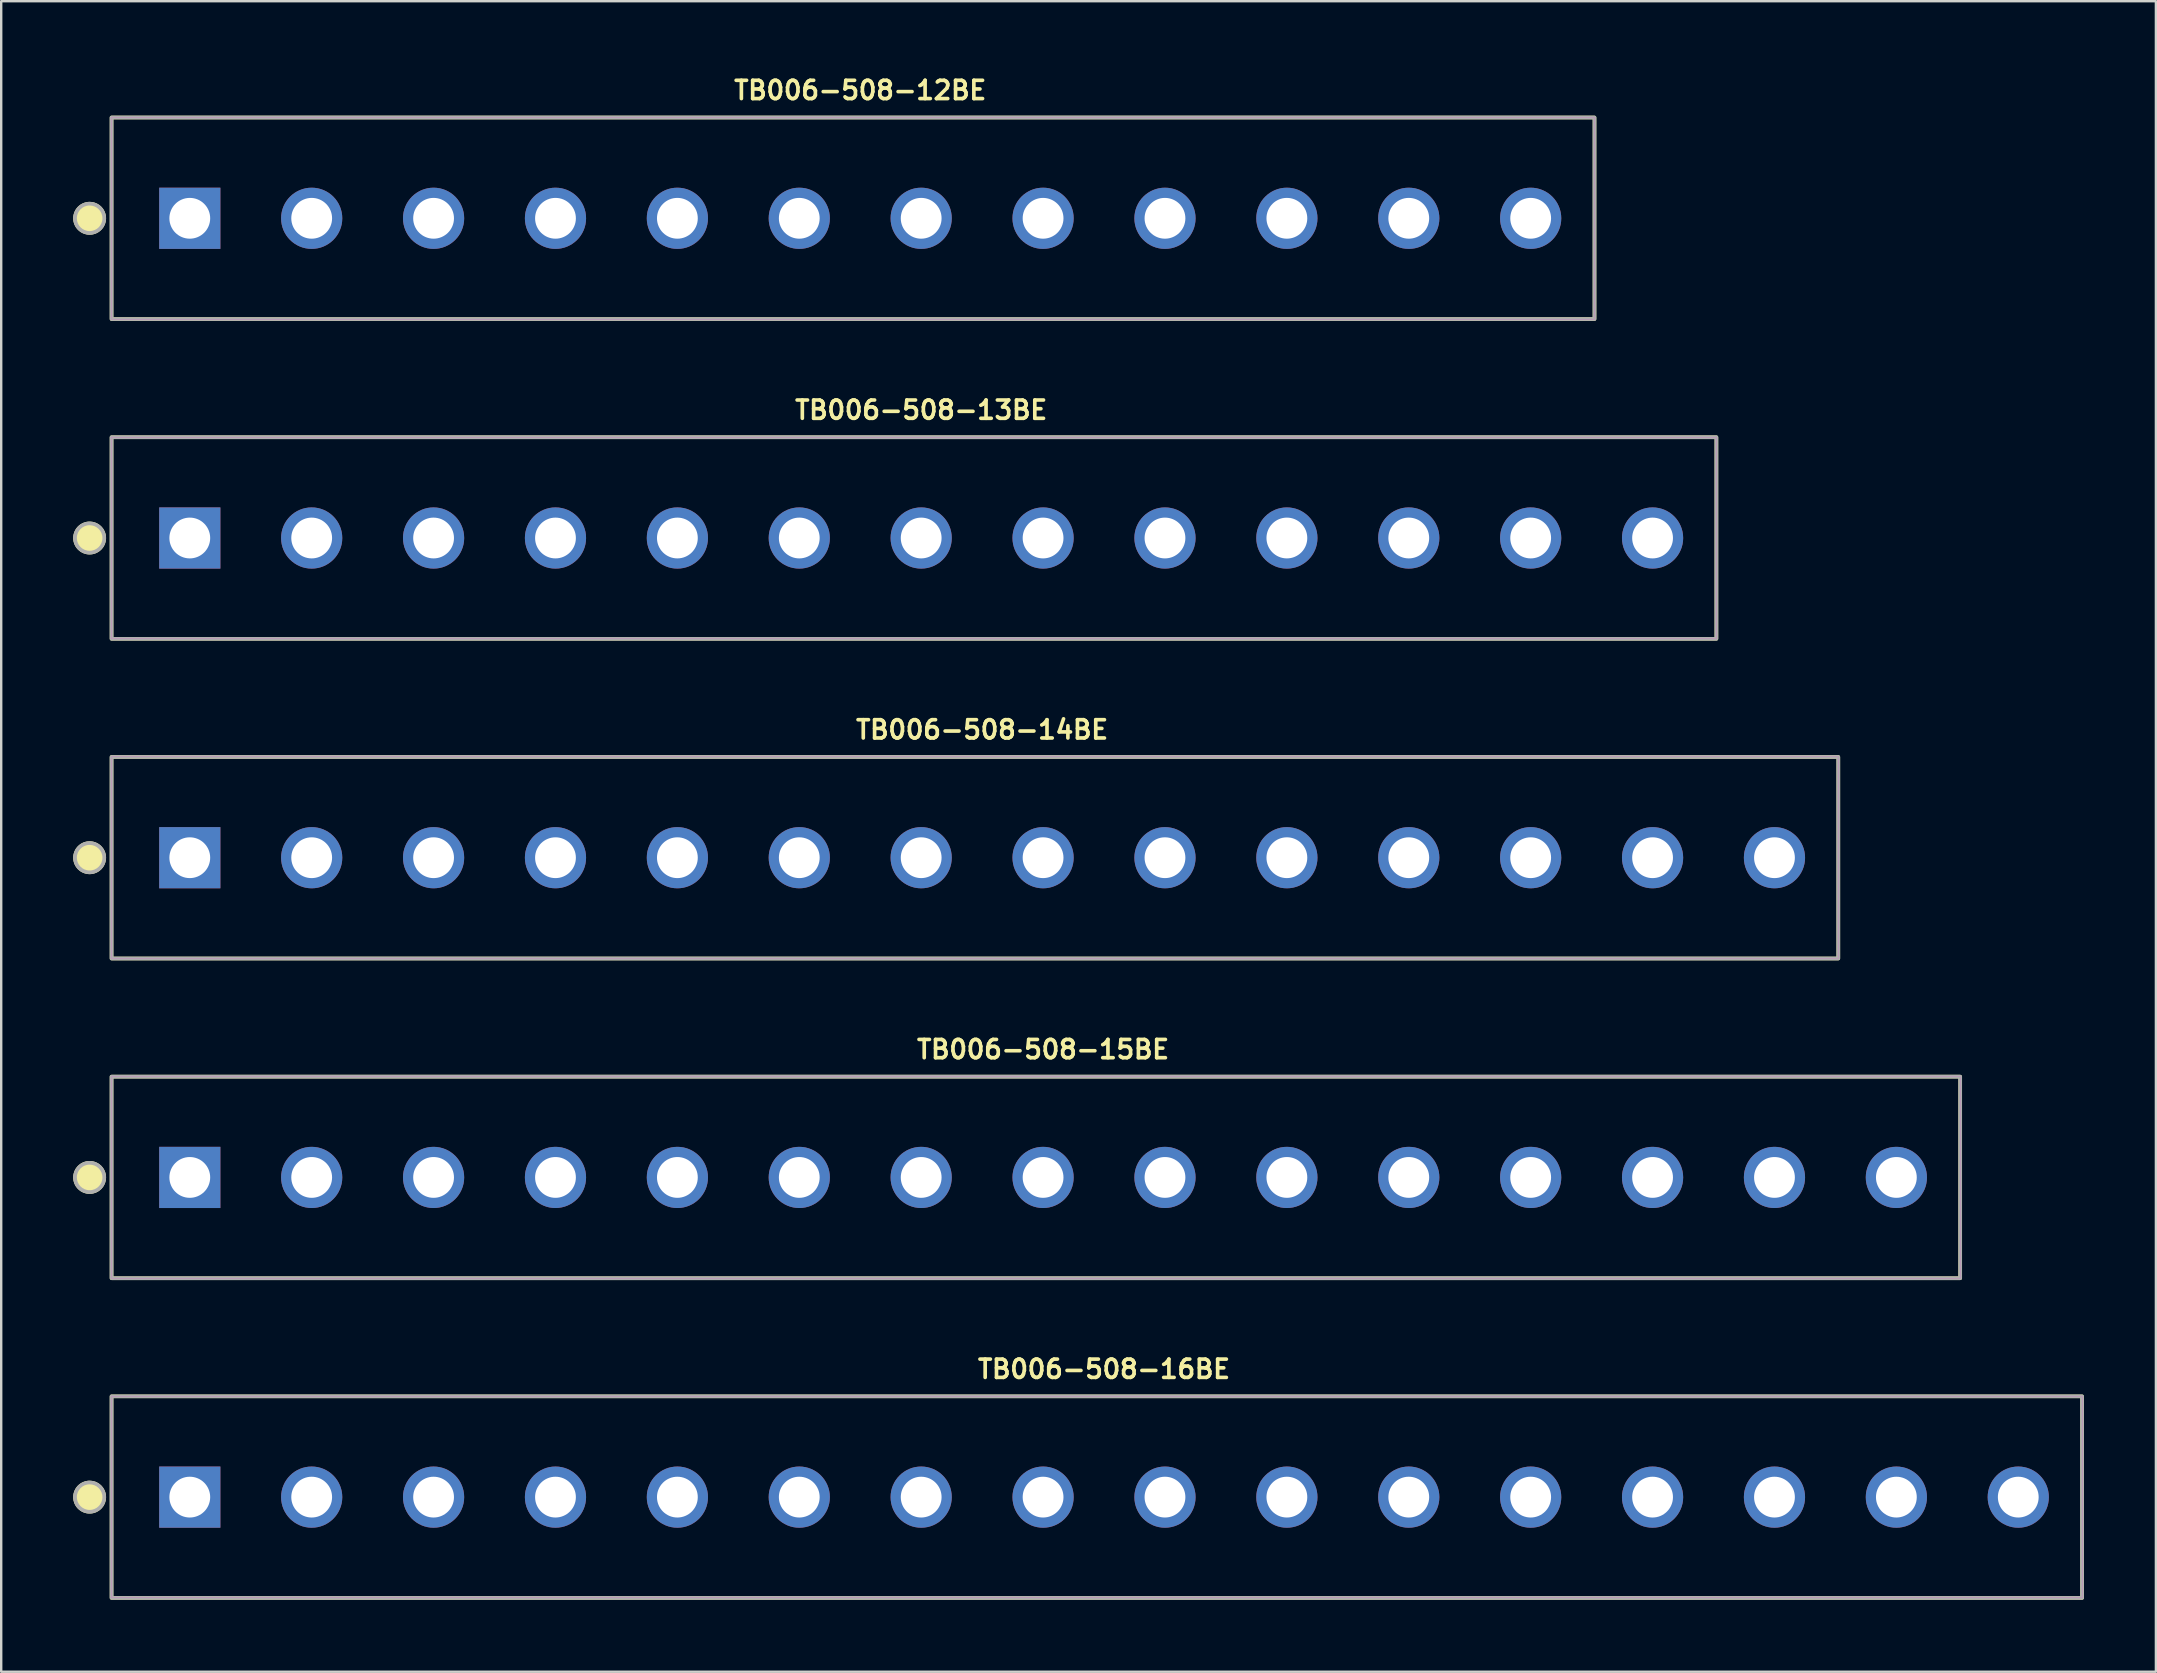
<source format=kicad_pcb>
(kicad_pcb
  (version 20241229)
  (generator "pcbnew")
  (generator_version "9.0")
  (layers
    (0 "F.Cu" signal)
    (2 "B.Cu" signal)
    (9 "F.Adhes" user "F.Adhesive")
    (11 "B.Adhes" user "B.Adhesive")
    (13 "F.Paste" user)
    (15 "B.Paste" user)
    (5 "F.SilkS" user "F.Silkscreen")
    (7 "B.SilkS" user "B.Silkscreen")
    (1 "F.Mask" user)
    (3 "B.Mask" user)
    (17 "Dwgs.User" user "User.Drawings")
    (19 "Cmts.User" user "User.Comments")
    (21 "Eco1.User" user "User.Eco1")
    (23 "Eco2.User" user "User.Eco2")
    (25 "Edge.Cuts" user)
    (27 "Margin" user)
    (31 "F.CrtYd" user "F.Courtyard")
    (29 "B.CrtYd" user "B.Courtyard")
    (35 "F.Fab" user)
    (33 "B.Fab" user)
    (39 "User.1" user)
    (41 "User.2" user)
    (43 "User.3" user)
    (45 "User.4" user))
  (footprint "TB006-508-16BE"
    (layer "F.Cu")
    (at 42.959 59.341)
    (property "Reference" "TB006-508-16BE" (at 0 -5.334 0) (layer "F.SilkS") (effects (font (size 0.762 0.762) (thickness 0.152))))
    (attr through_hole)
    (fp_rect (start -41.36 -4.2) (end 40.76 4.2) (stroke (width 0.152) (type default)) (fill no) (layer "F.SilkS"))
    (fp_circle (center -42.274 0) (end -41.665 0) (stroke (width 0.152) (type solid)) (fill yes) (layer "F.SilkS"))
    (fp_rect (start -41.36 -4.2) (end 40.76 4.2) (stroke (width 0.006) (type default)) (fill no) (layer "F.CrtYd"))
    (fp_rect (start -41.36 -4.2) (end 40.76 4.2) (stroke (width 0.152) (type default)) (fill no) (layer "F.Fab"))
    (fp_circle (center -42.274 0) (end -41.665 0) (stroke (width 0.152) (type solid)) (fill no) (layer "F.Fab"))
    (pad "1" thru_hole rect (at -38.1 0) (size 2.55 2.55) (drill 1.7) (layers "*.Cu" "*.Mask"))
    (pad "2" thru_hole circle (at -33.02 0) (size 2.55 2.55) (drill 1.7) (layers "*.Cu" "*.Mask"))
    (pad "3" thru_hole circle (at -27.94 0) (size 2.55 2.55) (drill 1.7) (layers "*.Cu" "*.Mask"))
    (pad "4" thru_hole circle (at -22.86 0) (size 2.55 2.55) (drill 1.7) (layers "*.Cu" "*.Mask"))
    (pad "5" thru_hole circle (at -17.78 0) (size 2.55 2.55) (drill 1.7) (layers "*.Cu" "*.Mask"))
    (pad "6" thru_hole circle (at -12.7 0) (size 2.55 2.55) (drill 1.7) (layers "*.Cu" "*.Mask"))
    (pad "7" thru_hole circle (at -7.62 0) (size 2.55 2.55) (drill 1.7) (layers "*.Cu" "*.Mask"))
    (pad "8" thru_hole circle (at -2.54 0) (size 2.55 2.55) (drill 1.7) (layers "*.Cu" "*.Mask"))
    (pad "9" thru_hole circle (at 2.54 0) (size 2.55 2.55) (drill 1.7) (layers "*.Cu" "*.Mask"))
    (pad "10" thru_hole circle (at 7.62 0) (size 2.55 2.55) (drill 1.7) (layers "*.Cu" "*.Mask"))
    (pad "11" thru_hole circle (at 12.7 0) (size 2.55 2.55) (drill 1.7) (layers "*.Cu" "*.Mask"))
    (pad "12" thru_hole circle (at 17.78 0) (size 2.55 2.55) (drill 1.7) (layers "*.Cu" "*.Mask"))
    (pad "13" thru_hole circle (at 22.86 0) (size 2.55 2.55) (drill 1.7) (layers "*.Cu" "*.Mask"))
    (pad "14" thru_hole circle (at 27.94 0) (size 2.55 2.55) (drill 1.7) (layers "*.Cu" "*.Mask"))
    (pad "15" thru_hole circle (at 33.02 0) (size 2.55 2.55) (drill 1.7) (layers "*.Cu" "*.Mask"))
    (pad "16" thru_hole circle (at 38.1 0) (size 2.55 2.55) (drill 1.7) (layers "*.Cu" "*.Mask")))
  (footprint "TB006-508-15BE"
    (layer "F.Cu")
    (at 40.419 46.018)
    (property "Reference" "TB006-508-15BE" (at 0 -5.334 0) (layer "F.SilkS") (effects (font (size 0.762 0.762) (thickness 0.152))))
    (attr through_hole)
    (fp_rect (start -38.82 -4.2) (end 38.22 4.2) (stroke (width 0.152) (type default)) (fill no) (layer "F.SilkS"))
    (fp_circle (center -39.734 0) (end -39.125 0) (stroke (width 0.152) (type solid)) (fill yes) (layer "F.SilkS"))
    (fp_rect (start -38.82 -4.2) (end 38.22 4.2) (stroke (width 0.006) (type default)) (fill no) (layer "F.CrtYd"))
    (fp_rect (start -38.82 -4.2) (end 38.22 4.2) (stroke (width 0.152) (type default)) (fill no) (layer "F.Fab"))
    (fp_circle (center -39.734 0) (end -39.125 0) (stroke (width 0.152) (type solid)) (fill no) (layer "F.Fab"))
    (pad "1" thru_hole rect (at -35.56 0) (size 2.55 2.55) (drill 1.7) (layers "*.Cu" "*.Mask"))
    (pad "2" thru_hole circle (at -30.48 0) (size 2.55 2.55) (drill 1.7) (layers "*.Cu" "*.Mask"))
    (pad "3" thru_hole circle (at -25.4 0) (size 2.55 2.55) (drill 1.7) (layers "*.Cu" "*.Mask"))
    (pad "4" thru_hole circle (at -20.32 0) (size 2.55 2.55) (drill 1.7) (layers "*.Cu" "*.Mask"))
    (pad "5" thru_hole circle (at -15.24 0) (size 2.55 2.55) (drill 1.7) (layers "*.Cu" "*.Mask"))
    (pad "6" thru_hole circle (at -10.16 0) (size 2.55 2.55) (drill 1.7) (layers "*.Cu" "*.Mask"))
    (pad "7" thru_hole circle (at -5.08 0) (size 2.55 2.55) (drill 1.7) (layers "*.Cu" "*.Mask"))
    (pad "8" thru_hole circle (at 0 0) (size 2.55 2.55) (drill 1.7) (layers "*.Cu" "*.Mask"))
    (pad "9" thru_hole circle (at 5.08 0) (size 2.55 2.55) (drill 1.7) (layers "*.Cu" "*.Mask"))
    (pad "10" thru_hole circle (at 10.16 0) (size 2.55 2.55) (drill 1.7) (layers "*.Cu" "*.Mask"))
    (pad "11" thru_hole circle (at 15.24 0) (size 2.55 2.55) (drill 1.7) (layers "*.Cu" "*.Mask"))
    (pad "12" thru_hole circle (at 20.32 0) (size 2.55 2.55) (drill 1.7) (layers "*.Cu" "*.Mask"))
    (pad "13" thru_hole circle (at 25.4 0) (size 2.55 2.55) (drill 1.7) (layers "*.Cu" "*.Mask"))
    (pad "14" thru_hole circle (at 30.48 0) (size 2.55 2.55) (drill 1.7) (layers "*.Cu" "*.Mask"))
    (pad "15" thru_hole circle (at 35.56 0) (size 2.55 2.55) (drill 1.7) (layers "*.Cu" "*.Mask")))
  (footprint "TB006-508-12BE"
    (layer "F.Cu")
    (at 32.799 6.047)
    (property "Reference" "TB006-508-12BE" (at 0 -5.334 0) (layer "F.SilkS") (effects (font (size 0.762 0.762) (thickness 0.152))))
    (attr through_hole)
    (fp_rect (start -31.2 -4.2) (end 30.6 4.2) (stroke (width 0.152) (type default)) (fill no) (layer "F.SilkS"))
    (fp_circle (center -32.114 0) (end -31.505 0) (stroke (width 0.152) (type solid)) (fill yes) (layer "F.SilkS"))
    (fp_rect (start -31.2 -4.2) (end 30.6 4.2) (stroke (width 0.006) (type default)) (fill no) (layer "F.CrtYd"))
    (fp_rect (start -31.2 -4.2) (end 30.6 4.2) (stroke (width 0.152) (type default)) (fill no) (layer "F.Fab"))
    (fp_circle (center -32.114 0) (end -31.505 0) (stroke (width 0.152) (type solid)) (fill no) (layer "F.Fab"))
    (pad "1" thru_hole rect (at -27.94 0) (size 2.55 2.55) (drill 1.7) (layers "*.Cu" "*.Mask"))
    (pad "2" thru_hole circle (at -22.86 0) (size 2.55 2.55) (drill 1.7) (layers "*.Cu" "*.Mask"))
    (pad "3" thru_hole circle (at -17.78 0) (size 2.55 2.55) (drill 1.7) (layers "*.Cu" "*.Mask"))
    (pad "4" thru_hole circle (at -12.7 0) (size 2.55 2.55) (drill 1.7) (layers "*.Cu" "*.Mask"))
    (pad "5" thru_hole circle (at -7.62 0) (size 2.55 2.55) (drill 1.7) (layers "*.Cu" "*.Mask"))
    (pad "6" thru_hole circle (at -2.54 0) (size 2.55 2.55) (drill 1.7) (layers "*.Cu" "*.Mask"))
    (pad "7" thru_hole circle (at 2.54 0) (size 2.55 2.55) (drill 1.7) (layers "*.Cu" "*.Mask"))
    (pad "8" thru_hole circle (at 7.62 0) (size 2.55 2.55) (drill 1.7) (layers "*.Cu" "*.Mask"))
    (pad "9" thru_hole circle (at 12.7 0) (size 2.55 2.55) (drill 1.7) (layers "*.Cu" "*.Mask"))
    (pad "10" thru_hole circle (at 17.78 0) (size 2.55 2.55) (drill 1.7) (layers "*.Cu" "*.Mask"))
    (pad "11" thru_hole circle (at 22.86 0) (size 2.55 2.55) (drill 1.7) (layers "*.Cu" "*.Mask"))
    (pad "12" thru_hole circle (at 27.94 0) (size 2.55 2.55) (drill 1.7) (layers "*.Cu" "*.Mask")))
  (footprint "TB006-508-13BE"
    (layer "F.Cu")
    (at 35.339 19.371)
    (property "Reference" "TB006-508-13BE" (at 0 -5.334 0) (layer "F.SilkS") (effects (font (size 0.762 0.762) (thickness 0.152))))
    (attr through_hole)
    (fp_rect (start -33.74 -4.2) (end 33.14 4.2) (stroke (width 0.152) (type default)) (fill no) (layer "F.SilkS"))
    (fp_circle (center -34.654 0) (end -34.045 0) (stroke (width 0.152) (type solid)) (fill yes) (layer "F.SilkS"))
    (fp_rect (start -33.74 -4.2) (end 33.14 4.2) (stroke (width 0.006) (type default)) (fill no) (layer "F.CrtYd"))
    (fp_rect (start -33.74 -4.2) (end 33.14 4.2) (stroke (width 0.152) (type default)) (fill no) (layer "F.Fab"))
    (fp_circle (center -34.654 0) (end -34.045 0) (stroke (width 0.152) (type solid)) (fill no) (layer "F.Fab"))
    (pad "1" thru_hole rect (at -30.48 0) (size 2.55 2.55) (drill 1.7) (layers "*.Cu" "*.Mask"))
    (pad "2" thru_hole circle (at -25.4 0) (size 2.55 2.55) (drill 1.7) (layers "*.Cu" "*.Mask"))
    (pad "3" thru_hole circle (at -20.32 0) (size 2.55 2.55) (drill 1.7) (layers "*.Cu" "*.Mask"))
    (pad "4" thru_hole circle (at -15.24 0) (size 2.55 2.55) (drill 1.7) (layers "*.Cu" "*.Mask"))
    (pad "5" thru_hole circle (at -10.16 0) (size 2.55 2.55) (drill 1.7) (layers "*.Cu" "*.Mask"))
    (pad "6" thru_hole circle (at -5.08 0) (size 2.55 2.55) (drill 1.7) (layers "*.Cu" "*.Mask"))
    (pad "7" thru_hole circle (at 0 0) (size 2.55 2.55) (drill 1.7) (layers "*.Cu" "*.Mask"))
    (pad "8" thru_hole circle (at 5.08 0) (size 2.55 2.55) (drill 1.7) (layers "*.Cu" "*.Mask"))
    (pad "9" thru_hole circle (at 10.16 0) (size 2.55 2.55) (drill 1.7) (layers "*.Cu" "*.Mask"))
    (pad "10" thru_hole circle (at 15.24 0) (size 2.55 2.55) (drill 1.7) (layers "*.Cu" "*.Mask"))
    (pad "11" thru_hole circle (at 20.32 0) (size 2.55 2.55) (drill 1.7) (layers "*.Cu" "*.Mask"))
    (pad "12" thru_hole circle (at 25.4 0) (size 2.55 2.55) (drill 1.7) (layers "*.Cu" "*.Mask"))
    (pad "13" thru_hole circle (at 30.48 0) (size 2.55 2.55) (drill 1.7) (layers "*.Cu" "*.Mask")))
  (footprint "TB006-508-14BE"
    (layer "F.Cu")
    (at 37.879 32.694)
    (property "Reference" "TB006-508-14BE" (at 0 -5.334 0) (layer "F.SilkS") (effects (font (size 0.762 0.762) (thickness 0.152))))
    (attr through_hole)
    (fp_rect (start -36.28 -4.2) (end 35.68 4.2) (stroke (width 0.152) (type default)) (fill no) (layer "F.SilkS"))
    (fp_circle (center -37.194 0) (end -36.585 0) (stroke (width 0.152) (type solid)) (fill yes) (layer "F.SilkS"))
    (fp_rect (start -36.28 -4.2) (end 35.68 4.2) (stroke (width 0.006) (type default)) (fill no) (layer "F.CrtYd"))
    (fp_rect (start -36.28 -4.2) (end 35.68 4.2) (stroke (width 0.152) (type default)) (fill no) (layer "F.Fab"))
    (fp_circle (center -37.194 0) (end -36.585 0) (stroke (width 0.152) (type solid)) (fill no) (layer "F.Fab"))
    (pad "1" thru_hole rect (at -33.02 0) (size 2.55 2.55) (drill 1.7) (layers "*.Cu" "*.Mask"))
    (pad "2" thru_hole circle (at -27.94 0) (size 2.55 2.55) (drill 1.7) (layers "*.Cu" "*.Mask"))
    (pad "3" thru_hole circle (at -22.86 0) (size 2.55 2.55) (drill 1.7) (layers "*.Cu" "*.Mask"))
    (pad "4" thru_hole circle (at -17.78 0) (size 2.55 2.55) (drill 1.7) (layers "*.Cu" "*.Mask"))
    (pad "5" thru_hole circle (at -12.7 0) (size 2.55 2.55) (drill 1.7) (layers "*.Cu" "*.Mask"))
    (pad "6" thru_hole circle (at -7.62 0) (size 2.55 2.55) (drill 1.7) (layers "*.Cu" "*.Mask"))
    (pad "7" thru_hole circle (at -2.54 0) (size 2.55 2.55) (drill 1.7) (layers "*.Cu" "*.Mask"))
    (pad "8" thru_hole circle (at 2.54 0) (size 2.55 2.55) (drill 1.7) (layers "*.Cu" "*.Mask"))
    (pad "9" thru_hole circle (at 7.62 0) (size 2.55 2.55) (drill 1.7) (layers "*.Cu" "*.Mask"))
    (pad "10" thru_hole circle (at 12.7 0) (size 2.55 2.55) (drill 1.7) (layers "*.Cu" "*.Mask"))
    (pad "11" thru_hole circle (at 17.78 0) (size 2.55 2.55) (drill 1.7) (layers "*.Cu" "*.Mask"))
    (pad "12" thru_hole circle (at 22.86 0) (size 2.55 2.55) (drill 1.7) (layers "*.Cu" "*.Mask"))
    (pad "13" thru_hole circle (at 27.94 0) (size 2.55 2.55) (drill 1.7) (layers "*.Cu" "*.Mask"))
    (pad "14" thru_hole circle (at 33.02 0) (size 2.55 2.55) (drill 1.7) (layers "*.Cu" "*.Mask")))
  (gr_rect
    (start -3 -3)
    (end 86.795 66.617)
    (stroke (width 0.1) (type default))
    (fill no)
    (layer "Edge.Cuts")))
</source>
